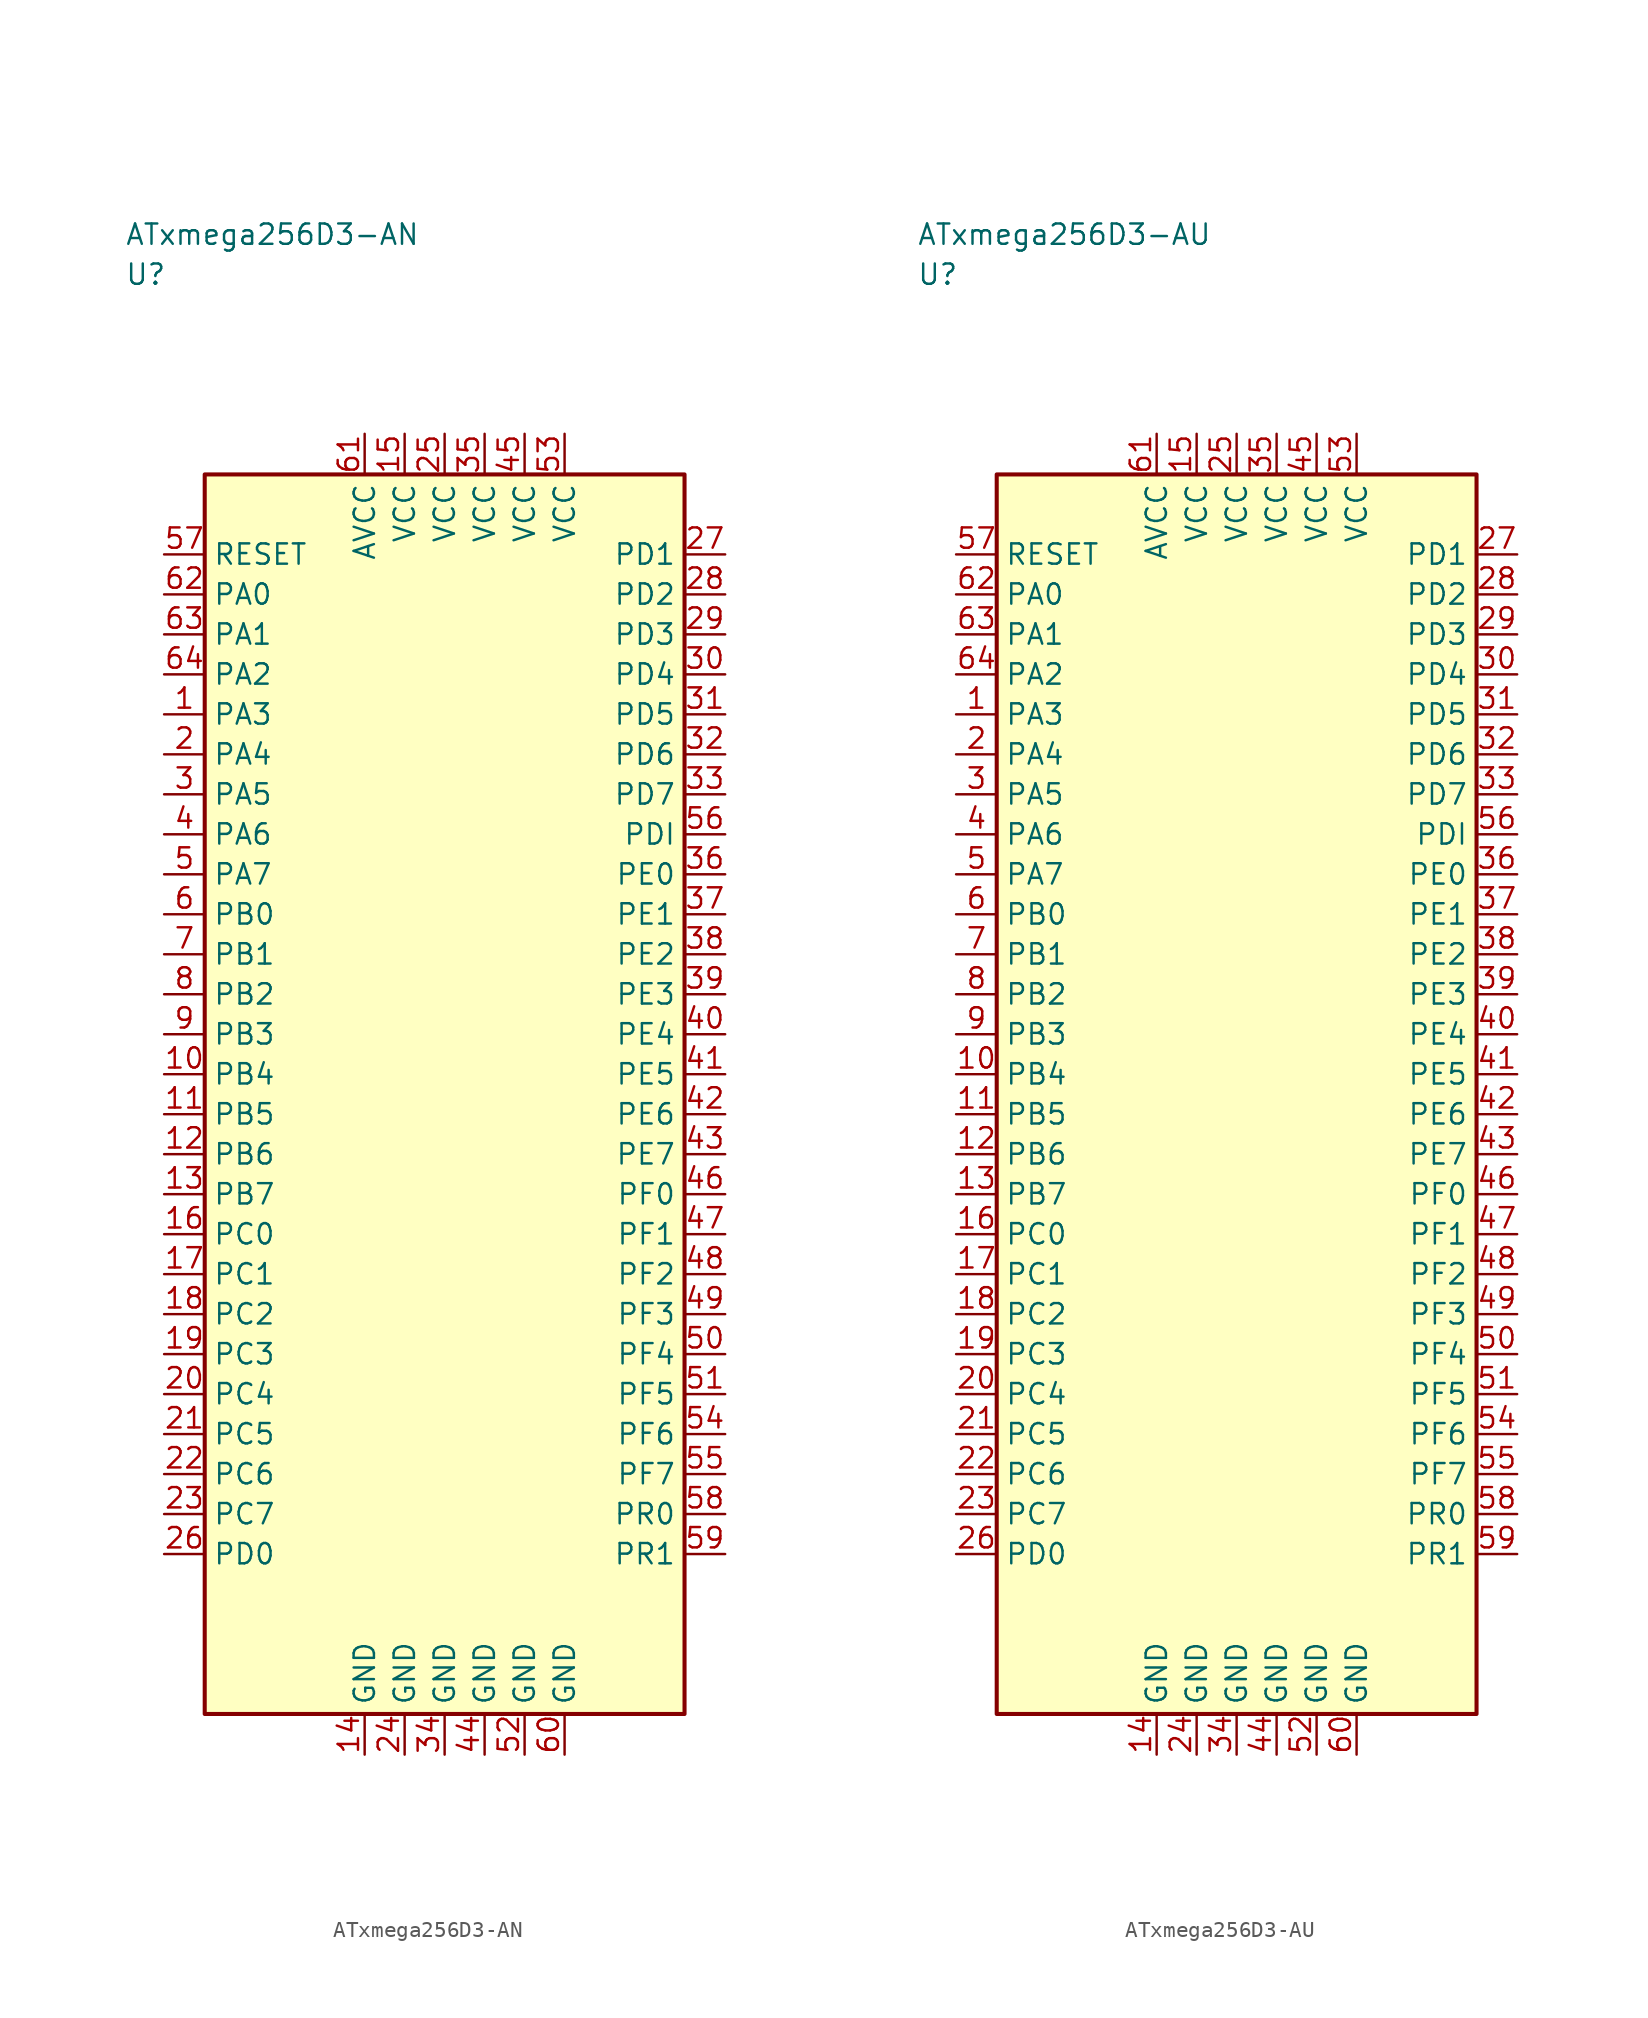
<source format=kicad_sym>
(kicad_symbol_lib
  (version 20241025)
  (generator "kicad_symbol_editor")
  (generator_version "8.0")
  (symbol "ATxmega256D3-AN"
    (property "Reference" "U"
      (at -20.0 51.25 0)
      (effects (font (size 1.27 1.27)) (justify left)))
    (property "Value" "ATxmega256D3-AN"
      (at -20.0 53.75 0)
      (effects (font (size 1.27 1.27)) (justify left)))
    (symbol "ATxmega256D3-AN_0_1"
      (rectangle (start -15.0 38.75) (end 15.0 -38.75) (stroke (width 0.254) (type default)) (fill (type background))))
    (symbol "ATxmega256D3-AN_1_1"
      (pin bidirectional line (at -17.54 23.75 0.0) (length 2.54) (name "PA3" (effects (font (size 1.27 1.27)))) (number "1" (effects (font (size 1.27 1.27)))))
      (pin bidirectional line (at -17.54 21.25 0.0) (length 2.54) (name "PA4" (effects (font (size 1.27 1.27)))) (number "2" (effects (font (size 1.27 1.27)))))
      (pin bidirectional line (at -17.54 18.75 0.0) (length 2.54) (name "PA5" (effects (font (size 1.27 1.27)))) (number "3" (effects (font (size 1.27 1.27)))))
      (pin bidirectional line (at -17.54 16.25 0.0) (length 2.54) (name "PA6" (effects (font (size 1.27 1.27)))) (number "4" (effects (font (size 1.27 1.27)))))
      (pin bidirectional line (at -17.54 13.75 0.0) (length 2.54) (name "PA7" (effects (font (size 1.27 1.27)))) (number "5" (effects (font (size 1.27 1.27)))))
      (pin bidirectional line (at -17.54 11.25 0.0) (length 2.54) (name "PB0" (effects (font (size 1.27 1.27)))) (number "6" (effects (font (size 1.27 1.27)))))
      (pin bidirectional line (at -17.54 8.75 0.0) (length 2.54) (name "PB1" (effects (font (size 1.27 1.27)))) (number "7" (effects (font (size 1.27 1.27)))))
      (pin bidirectional line (at -17.54 6.25 0.0) (length 2.54) (name "PB2" (effects (font (size 1.27 1.27)))) (number "8" (effects (font (size 1.27 1.27)))))
      (pin bidirectional line (at -17.54 3.75 0.0) (length 2.54) (name "PB3" (effects (font (size 1.27 1.27)))) (number "9" (effects (font (size 1.27 1.27)))))
      (pin bidirectional line (at -17.54 1.25 0.0) (length 2.54) (name "PB4" (effects (font (size 1.27 1.27)))) (number "10" (effects (font (size 1.27 1.27)))))
      (pin bidirectional line (at -17.54 -1.25 0.0) (length 2.54) (name "PB5" (effects (font (size 1.27 1.27)))) (number "11" (effects (font (size 1.27 1.27)))))
      (pin bidirectional line (at -17.54 -3.75 0.0) (length 2.54) (name "PB6" (effects (font (size 1.27 1.27)))) (number "12" (effects (font (size 1.27 1.27)))))
      (pin bidirectional line (at -17.54 -6.25 0.0) (length 2.54) (name "PB7" (effects (font (size 1.27 1.27)))) (number "13" (effects (font (size 1.27 1.27)))))
      (pin passive line (at -5.0 -41.29 90.0) (length 2.54) (name "GND" (effects (font (size 1.27 1.27)))) (number "14" (effects (font (size 1.27 1.27)))))
      (pin power_in line (at -2.5 41.29 270.0) (length 2.54) (name "VCC" (effects (font (size 1.27 1.27)))) (number "15" (effects (font (size 1.27 1.27)))))
      (pin bidirectional line (at -17.54 -8.75 0.0) (length 2.54) (name "PC0" (effects (font (size 1.27 1.27)))) (number "16" (effects (font (size 1.27 1.27)))))
      (pin bidirectional line (at -17.54 -11.25 0.0) (length 2.54) (name "PC1" (effects (font (size 1.27 1.27)))) (number "17" (effects (font (size 1.27 1.27)))))
      (pin bidirectional line (at -17.54 -13.75 0.0) (length 2.54) (name "PC2" (effects (font (size 1.27 1.27)))) (number "18" (effects (font (size 1.27 1.27)))))
      (pin bidirectional line (at -17.54 -16.25 0.0) (length 2.54) (name "PC3" (effects (font (size 1.27 1.27)))) (number "19" (effects (font (size 1.27 1.27)))))
      (pin bidirectional line (at -17.54 -18.75 0.0) (length 2.54) (name "PC4" (effects (font (size 1.27 1.27)))) (number "20" (effects (font (size 1.27 1.27)))))
      (pin bidirectional line (at -17.54 -21.25 0.0) (length 2.54) (name "PC5" (effects (font (size 1.27 1.27)))) (number "21" (effects (font (size 1.27 1.27)))))
      (pin bidirectional line (at -17.54 -23.75 0.0) (length 2.54) (name "PC6" (effects (font (size 1.27 1.27)))) (number "22" (effects (font (size 1.27 1.27)))))
      (pin bidirectional line (at -17.54 -26.25 0.0) (length 2.54) (name "PC7" (effects (font (size 1.27 1.27)))) (number "23" (effects (font (size 1.27 1.27)))))
      (pin passive line (at -2.5 -41.29 90.0) (length 2.54) (name "GND" (effects (font (size 1.27 1.27)))) (number "24" (effects (font (size 1.27 1.27)))))
      (pin power_in line (at 0.0 41.29 270.0) (length 2.54) (name "VCC" (effects (font (size 1.27 1.27)))) (number "25" (effects (font (size 1.27 1.27)))))
      (pin bidirectional line (at -17.54 -28.75 0.0) (length 2.54) (name "PD0" (effects (font (size 1.27 1.27)))) (number "26" (effects (font (size 1.27 1.27)))))
      (pin bidirectional line (at 17.54 33.75 180.0) (length 2.54) (name "PD1" (effects (font (size 1.27 1.27)))) (number "27" (effects (font (size 1.27 1.27)))))
      (pin bidirectional line (at 17.54 31.25 180.0) (length 2.54) (name "PD2" (effects (font (size 1.27 1.27)))) (number "28" (effects (font (size 1.27 1.27)))))
      (pin bidirectional line (at 17.54 28.75 180.0) (length 2.54) (name "PD3" (effects (font (size 1.27 1.27)))) (number "29" (effects (font (size 1.27 1.27)))))
      (pin bidirectional line (at 17.54 26.25 180.0) (length 2.54) (name "PD4" (effects (font (size 1.27 1.27)))) (number "30" (effects (font (size 1.27 1.27)))))
      (pin bidirectional line (at 17.54 23.75 180.0) (length 2.54) (name "PD5" (effects (font (size 1.27 1.27)))) (number "31" (effects (font (size 1.27 1.27)))))
      (pin bidirectional line (at 17.54 21.25 180.0) (length 2.54) (name "PD6" (effects (font (size 1.27 1.27)))) (number "32" (effects (font (size 1.27 1.27)))))
      (pin bidirectional line (at 17.54 18.75 180.0) (length 2.54) (name "PD7" (effects (font (size 1.27 1.27)))) (number "33" (effects (font (size 1.27 1.27)))))
      (pin passive line (at 0.0 -41.29 90.0) (length 2.54) (name "GND" (effects (font (size 1.27 1.27)))) (number "34" (effects (font (size 1.27 1.27)))))
      (pin power_in line (at 2.5 41.29 270.0) (length 2.54) (name "VCC" (effects (font (size 1.27 1.27)))) (number "35" (effects (font (size 1.27 1.27)))))
      (pin bidirectional line (at 17.54 13.75 180.0) (length 2.54) (name "PE0" (effects (font (size 1.27 1.27)))) (number "36" (effects (font (size 1.27 1.27)))))
      (pin bidirectional line (at 17.54 11.25 180.0) (length 2.54) (name "PE1" (effects (font (size 1.27 1.27)))) (number "37" (effects (font (size 1.27 1.27)))))
      (pin bidirectional line (at 17.54 8.75 180.0) (length 2.54) (name "PE2" (effects (font (size 1.27 1.27)))) (number "38" (effects (font (size 1.27 1.27)))))
      (pin bidirectional line (at 17.54 6.25 180.0) (length 2.54) (name "PE3" (effects (font (size 1.27 1.27)))) (number "39" (effects (font (size 1.27 1.27)))))
      (pin bidirectional line (at 17.54 3.75 180.0) (length 2.54) (name "PE4" (effects (font (size 1.27 1.27)))) (number "40" (effects (font (size 1.27 1.27)))))
      (pin bidirectional line (at 17.54 1.25 180.0) (length 2.54) (name "PE5" (effects (font (size 1.27 1.27)))) (number "41" (effects (font (size 1.27 1.27)))))
      (pin bidirectional line (at 17.54 -1.25 180.0) (length 2.54) (name "PE6" (effects (font (size 1.27 1.27)))) (number "42" (effects (font (size 1.27 1.27)))))
      (pin bidirectional line (at 17.54 -3.75 180.0) (length 2.54) (name "PE7" (effects (font (size 1.27 1.27)))) (number "43" (effects (font (size 1.27 1.27)))))
      (pin passive line (at 2.5 -41.29 90.0) (length 2.54) (name "GND" (effects (font (size 1.27 1.27)))) (number "44" (effects (font (size 1.27 1.27)))))
      (pin power_in line (at 5.0 41.29 270.0) (length 2.54) (name "VCC" (effects (font (size 1.27 1.27)))) (number "45" (effects (font (size 1.27 1.27)))))
      (pin bidirectional line (at 17.54 -6.25 180.0) (length 2.54) (name "PF0" (effects (font (size 1.27 1.27)))) (number "46" (effects (font (size 1.27 1.27)))))
      (pin bidirectional line (at 17.54 -8.75 180.0) (length 2.54) (name "PF1" (effects (font (size 1.27 1.27)))) (number "47" (effects (font (size 1.27 1.27)))))
      (pin bidirectional line (at 17.54 -11.25 180.0) (length 2.54) (name "PF2" (effects (font (size 1.27 1.27)))) (number "48" (effects (font (size 1.27 1.27)))))
      (pin bidirectional line (at 17.54 -13.75 180.0) (length 2.54) (name "PF3" (effects (font (size 1.27 1.27)))) (number "49" (effects (font (size 1.27 1.27)))))
      (pin bidirectional line (at 17.54 -16.25 180.0) (length 2.54) (name "PF4" (effects (font (size 1.27 1.27)))) (number "50" (effects (font (size 1.27 1.27)))))
      (pin bidirectional line (at 17.54 -18.75 180.0) (length 2.54) (name "PF5" (effects (font (size 1.27 1.27)))) (number "51" (effects (font (size 1.27 1.27)))))
      (pin passive line (at 5.0 -41.29 90.0) (length 2.54) (name "GND" (effects (font (size 1.27 1.27)))) (number "52" (effects (font (size 1.27 1.27)))))
      (pin power_in line (at 7.5 41.29 270.0) (length 2.54) (name "VCC" (effects (font (size 1.27 1.27)))) (number "53" (effects (font (size 1.27 1.27)))))
      (pin bidirectional line (at 17.54 -21.25 180.0) (length 2.54) (name "PF6" (effects (font (size 1.27 1.27)))) (number "54" (effects (font (size 1.27 1.27)))))
      (pin bidirectional line (at 17.54 -23.75 180.0) (length 2.54) (name "PF7" (effects (font (size 1.27 1.27)))) (number "55" (effects (font (size 1.27 1.27)))))
      (pin bidirectional line (at 17.54 16.25 180.0) (length 2.54) (name "PDI" (effects (font (size 1.27 1.27)))) (number "56" (effects (font (size 1.27 1.27)))))
      (pin input line (at -17.54 33.75 0.0) (length 2.54) (name "RESET" (effects (font (size 1.27 1.27)))) (number "57" (effects (font (size 1.27 1.27)))))
      (pin bidirectional line (at 17.54 -26.25 180.0) (length 2.54) (name "PR0" (effects (font (size 1.27 1.27)))) (number "58" (effects (font (size 1.27 1.27)))))
      (pin bidirectional line (at 17.54 -28.75 180.0) (length 2.54) (name "PR1" (effects (font (size 1.27 1.27)))) (number "59" (effects (font (size 1.27 1.27)))))
      (pin passive line (at 7.5 -41.29 90.0) (length 2.54) (name "GND" (effects (font (size 1.27 1.27)))) (number "60" (effects (font (size 1.27 1.27)))))
      (pin power_in line (at -5.0 41.29 270.0) (length 2.54) (name "AVCC" (effects (font (size 1.27 1.27)))) (number "61" (effects (font (size 1.27 1.27)))))
      (pin bidirectional line (at -17.54 31.25 0.0) (length 2.54) (name "PA0" (effects (font (size 1.27 1.27)))) (number "62" (effects (font (size 1.27 1.27)))))
      (pin bidirectional line (at -17.54 28.75 0.0) (length 2.54) (name "PA1" (effects (font (size 1.27 1.27)))) (number "63" (effects (font (size 1.27 1.27)))))
      (pin bidirectional line (at -17.54 26.25 0.0) (length 2.54) (name "PA2" (effects (font (size 1.27 1.27)))) (number "64" (effects (font (size 1.27 1.27)))))))
  (symbol "ATxmega256D3-AU"
    (property "Reference" "U"
      (at -20.0 51.25 0)
      (effects (font (size 1.27 1.27)) (justify left)))
    (property "Value" "ATxmega256D3-AU"
      (at -20.0 53.75 0)
      (effects (font (size 1.27 1.27)) (justify left)))
    (symbol "ATxmega256D3-AU_0_1"
      (rectangle (start -15.0 38.75) (end 15.0 -38.75) (stroke (width 0.254) (type default)) (fill (type background))))
    (symbol "ATxmega256D3-AU_1_1"
      (pin bidirectional line (at -17.54 23.75 0.0) (length 2.54) (name "PA3" (effects (font (size 1.27 1.27)))) (number "1" (effects (font (size 1.27 1.27)))))
      (pin bidirectional line (at -17.54 21.25 0.0) (length 2.54) (name "PA4" (effects (font (size 1.27 1.27)))) (number "2" (effects (font (size 1.27 1.27)))))
      (pin bidirectional line (at -17.54 18.75 0.0) (length 2.54) (name "PA5" (effects (font (size 1.27 1.27)))) (number "3" (effects (font (size 1.27 1.27)))))
      (pin bidirectional line (at -17.54 16.25 0.0) (length 2.54) (name "PA6" (effects (font (size 1.27 1.27)))) (number "4" (effects (font (size 1.27 1.27)))))
      (pin bidirectional line (at -17.54 13.75 0.0) (length 2.54) (name "PA7" (effects (font (size 1.27 1.27)))) (number "5" (effects (font (size 1.27 1.27)))))
      (pin bidirectional line (at -17.54 11.25 0.0) (length 2.54) (name "PB0" (effects (font (size 1.27 1.27)))) (number "6" (effects (font (size 1.27 1.27)))))
      (pin bidirectional line (at -17.54 8.75 0.0) (length 2.54) (name "PB1" (effects (font (size 1.27 1.27)))) (number "7" (effects (font (size 1.27 1.27)))))
      (pin bidirectional line (at -17.54 6.25 0.0) (length 2.54) (name "PB2" (effects (font (size 1.27 1.27)))) (number "8" (effects (font (size 1.27 1.27)))))
      (pin bidirectional line (at -17.54 3.75 0.0) (length 2.54) (name "PB3" (effects (font (size 1.27 1.27)))) (number "9" (effects (font (size 1.27 1.27)))))
      (pin bidirectional line (at -17.54 1.25 0.0) (length 2.54) (name "PB4" (effects (font (size 1.27 1.27)))) (number "10" (effects (font (size 1.27 1.27)))))
      (pin bidirectional line (at -17.54 -1.25 0.0) (length 2.54) (name "PB5" (effects (font (size 1.27 1.27)))) (number "11" (effects (font (size 1.27 1.27)))))
      (pin bidirectional line (at -17.54 -3.75 0.0) (length 2.54) (name "PB6" (effects (font (size 1.27 1.27)))) (number "12" (effects (font (size 1.27 1.27)))))
      (pin bidirectional line (at -17.54 -6.25 0.0) (length 2.54) (name "PB7" (effects (font (size 1.27 1.27)))) (number "13" (effects (font (size 1.27 1.27)))))
      (pin passive line (at -5.0 -41.29 90.0) (length 2.54) (name "GND" (effects (font (size 1.27 1.27)))) (number "14" (effects (font (size 1.27 1.27)))))
      (pin power_in line (at -2.5 41.29 270.0) (length 2.54) (name "VCC" (effects (font (size 1.27 1.27)))) (number "15" (effects (font (size 1.27 1.27)))))
      (pin bidirectional line (at -17.54 -8.75 0.0) (length 2.54) (name "PC0" (effects (font (size 1.27 1.27)))) (number "16" (effects (font (size 1.27 1.27)))))
      (pin bidirectional line (at -17.54 -11.25 0.0) (length 2.54) (name "PC1" (effects (font (size 1.27 1.27)))) (number "17" (effects (font (size 1.27 1.27)))))
      (pin bidirectional line (at -17.54 -13.75 0.0) (length 2.54) (name "PC2" (effects (font (size 1.27 1.27)))) (number "18" (effects (font (size 1.27 1.27)))))
      (pin bidirectional line (at -17.54 -16.25 0.0) (length 2.54) (name "PC3" (effects (font (size 1.27 1.27)))) (number "19" (effects (font (size 1.27 1.27)))))
      (pin bidirectional line (at -17.54 -18.75 0.0) (length 2.54) (name "PC4" (effects (font (size 1.27 1.27)))) (number "20" (effects (font (size 1.27 1.27)))))
      (pin bidirectional line (at -17.54 -21.25 0.0) (length 2.54) (name "PC5" (effects (font (size 1.27 1.27)))) (number "21" (effects (font (size 1.27 1.27)))))
      (pin bidirectional line (at -17.54 -23.75 0.0) (length 2.54) (name "PC6" (effects (font (size 1.27 1.27)))) (number "22" (effects (font (size 1.27 1.27)))))
      (pin bidirectional line (at -17.54 -26.25 0.0) (length 2.54) (name "PC7" (effects (font (size 1.27 1.27)))) (number "23" (effects (font (size 1.27 1.27)))))
      (pin passive line (at -2.5 -41.29 90.0) (length 2.54) (name "GND" (effects (font (size 1.27 1.27)))) (number "24" (effects (font (size 1.27 1.27)))))
      (pin power_in line (at 0.0 41.29 270.0) (length 2.54) (name "VCC" (effects (font (size 1.27 1.27)))) (number "25" (effects (font (size 1.27 1.27)))))
      (pin bidirectional line (at -17.54 -28.75 0.0) (length 2.54) (name "PD0" (effects (font (size 1.27 1.27)))) (number "26" (effects (font (size 1.27 1.27)))))
      (pin bidirectional line (at 17.54 33.75 180.0) (length 2.54) (name "PD1" (effects (font (size 1.27 1.27)))) (number "27" (effects (font (size 1.27 1.27)))))
      (pin bidirectional line (at 17.54 31.25 180.0) (length 2.54) (name "PD2" (effects (font (size 1.27 1.27)))) (number "28" (effects (font (size 1.27 1.27)))))
      (pin bidirectional line (at 17.54 28.75 180.0) (length 2.54) (name "PD3" (effects (font (size 1.27 1.27)))) (number "29" (effects (font (size 1.27 1.27)))))
      (pin bidirectional line (at 17.54 26.25 180.0) (length 2.54) (name "PD4" (effects (font (size 1.27 1.27)))) (number "30" (effects (font (size 1.27 1.27)))))
      (pin bidirectional line (at 17.54 23.75 180.0) (length 2.54) (name "PD5" (effects (font (size 1.27 1.27)))) (number "31" (effects (font (size 1.27 1.27)))))
      (pin bidirectional line (at 17.54 21.25 180.0) (length 2.54) (name "PD6" (effects (font (size 1.27 1.27)))) (number "32" (effects (font (size 1.27 1.27)))))
      (pin bidirectional line (at 17.54 18.75 180.0) (length 2.54) (name "PD7" (effects (font (size 1.27 1.27)))) (number "33" (effects (font (size 1.27 1.27)))))
      (pin passive line (at 0.0 -41.29 90.0) (length 2.54) (name "GND" (effects (font (size 1.27 1.27)))) (number "34" (effects (font (size 1.27 1.27)))))
      (pin power_in line (at 2.5 41.29 270.0) (length 2.54) (name "VCC" (effects (font (size 1.27 1.27)))) (number "35" (effects (font (size 1.27 1.27)))))
      (pin bidirectional line (at 17.54 13.75 180.0) (length 2.54) (name "PE0" (effects (font (size 1.27 1.27)))) (number "36" (effects (font (size 1.27 1.27)))))
      (pin bidirectional line (at 17.54 11.25 180.0) (length 2.54) (name "PE1" (effects (font (size 1.27 1.27)))) (number "37" (effects (font (size 1.27 1.27)))))
      (pin bidirectional line (at 17.54 8.75 180.0) (length 2.54) (name "PE2" (effects (font (size 1.27 1.27)))) (number "38" (effects (font (size 1.27 1.27)))))
      (pin bidirectional line (at 17.54 6.25 180.0) (length 2.54) (name "PE3" (effects (font (size 1.27 1.27)))) (number "39" (effects (font (size 1.27 1.27)))))
      (pin bidirectional line (at 17.54 3.75 180.0) (length 2.54) (name "PE4" (effects (font (size 1.27 1.27)))) (number "40" (effects (font (size 1.27 1.27)))))
      (pin bidirectional line (at 17.54 1.25 180.0) (length 2.54) (name "PE5" (effects (font (size 1.27 1.27)))) (number "41" (effects (font (size 1.27 1.27)))))
      (pin bidirectional line (at 17.54 -1.25 180.0) (length 2.54) (name "PE6" (effects (font (size 1.27 1.27)))) (number "42" (effects (font (size 1.27 1.27)))))
      (pin bidirectional line (at 17.54 -3.75 180.0) (length 2.54) (name "PE7" (effects (font (size 1.27 1.27)))) (number "43" (effects (font (size 1.27 1.27)))))
      (pin passive line (at 2.5 -41.29 90.0) (length 2.54) (name "GND" (effects (font (size 1.27 1.27)))) (number "44" (effects (font (size 1.27 1.27)))))
      (pin power_in line (at 5.0 41.29 270.0) (length 2.54) (name "VCC" (effects (font (size 1.27 1.27)))) (number "45" (effects (font (size 1.27 1.27)))))
      (pin bidirectional line (at 17.54 -6.25 180.0) (length 2.54) (name "PF0" (effects (font (size 1.27 1.27)))) (number "46" (effects (font (size 1.27 1.27)))))
      (pin bidirectional line (at 17.54 -8.75 180.0) (length 2.54) (name "PF1" (effects (font (size 1.27 1.27)))) (number "47" (effects (font (size 1.27 1.27)))))
      (pin bidirectional line (at 17.54 -11.25 180.0) (length 2.54) (name "PF2" (effects (font (size 1.27 1.27)))) (number "48" (effects (font (size 1.27 1.27)))))
      (pin bidirectional line (at 17.54 -13.75 180.0) (length 2.54) (name "PF3" (effects (font (size 1.27 1.27)))) (number "49" (effects (font (size 1.27 1.27)))))
      (pin bidirectional line (at 17.54 -16.25 180.0) (length 2.54) (name "PF4" (effects (font (size 1.27 1.27)))) (number "50" (effects (font (size 1.27 1.27)))))
      (pin bidirectional line (at 17.54 -18.75 180.0) (length 2.54) (name "PF5" (effects (font (size 1.27 1.27)))) (number "51" (effects (font (size 1.27 1.27)))))
      (pin passive line (at 5.0 -41.29 90.0) (length 2.54) (name "GND" (effects (font (size 1.27 1.27)))) (number "52" (effects (font (size 1.27 1.27)))))
      (pin power_in line (at 7.5 41.29 270.0) (length 2.54) (name "VCC" (effects (font (size 1.27 1.27)))) (number "53" (effects (font (size 1.27 1.27)))))
      (pin bidirectional line (at 17.54 -21.25 180.0) (length 2.54) (name "PF6" (effects (font (size 1.27 1.27)))) (number "54" (effects (font (size 1.27 1.27)))))
      (pin bidirectional line (at 17.54 -23.75 180.0) (length 2.54) (name "PF7" (effects (font (size 1.27 1.27)))) (number "55" (effects (font (size 1.27 1.27)))))
      (pin bidirectional line (at 17.54 16.25 180.0) (length 2.54) (name "PDI" (effects (font (size 1.27 1.27)))) (number "56" (effects (font (size 1.27 1.27)))))
      (pin input line (at -17.54 33.75 0.0) (length 2.54) (name "RESET" (effects (font (size 1.27 1.27)))) (number "57" (effects (font (size 1.27 1.27)))))
      (pin bidirectional line (at 17.54 -26.25 180.0) (length 2.54) (name "PR0" (effects (font (size 1.27 1.27)))) (number "58" (effects (font (size 1.27 1.27)))))
      (pin bidirectional line (at 17.54 -28.75 180.0) (length 2.54) (name "PR1" (effects (font (size 1.27 1.27)))) (number "59" (effects (font (size 1.27 1.27)))))
      (pin passive line (at 7.5 -41.29 90.0) (length 2.54) (name "GND" (effects (font (size 1.27 1.27)))) (number "60" (effects (font (size 1.27 1.27)))))
      (pin power_in line (at -5.0 41.29 270.0) (length 2.54) (name "AVCC" (effects (font (size 1.27 1.27)))) (number "61" (effects (font (size 1.27 1.27)))))
      (pin bidirectional line (at -17.54 31.25 0.0) (length 2.54) (name "PA0" (effects (font (size 1.27 1.27)))) (number "62" (effects (font (size 1.27 1.27)))))
      (pin bidirectional line (at -17.54 28.75 0.0) (length 2.54) (name "PA1" (effects (font (size 1.27 1.27)))) (number "63" (effects (font (size 1.27 1.27)))))
      (pin bidirectional line (at -17.54 26.25 0.0) (length 2.54) (name "PA2" (effects (font (size 1.27 1.27)))) (number "64" (effects (font (size 1.27 1.27))))))))
</source>
